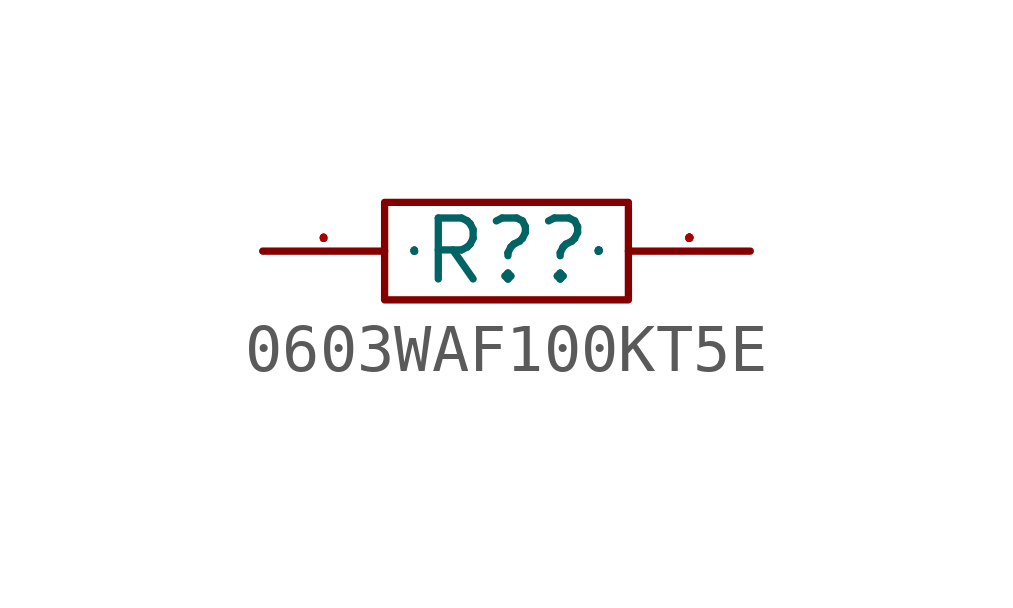
<source format=kicad_sym>
(kicad_symbol_lib
  (version 20231120)
  (generator "kicad_symbol_editor")
  (generator_version "8.0")
  (symbol "0603WAF100KT5E"
    (property "Reference" "R?"
      (at 0 0 0)
      (effects (font (size 1.27 1.27))))
    (property "Value" ""
      (at 0 0 0)
      (effects (font (size 1.27 1.27))))
    (symbol "0603WAF100KT5E_1_0"
      (rectangle (start -2.54 -1.016) (end 2.54 1.016) (stroke (width 0) (type default)) (fill (type none)))
      (pin input line (at -5.08 0 0) (length 2.54) (name "1" (effects (font (size 0.025 0.025)))) (number "1" (effects (font (size 0.025 0.025)))))
      (pin input line (at 5.08 0 180) (length 2.54) (name "2" (effects (font (size 0.025 0.025)))) (number "2" (effects (font (size 0.025 0.025))))))))
</source>
